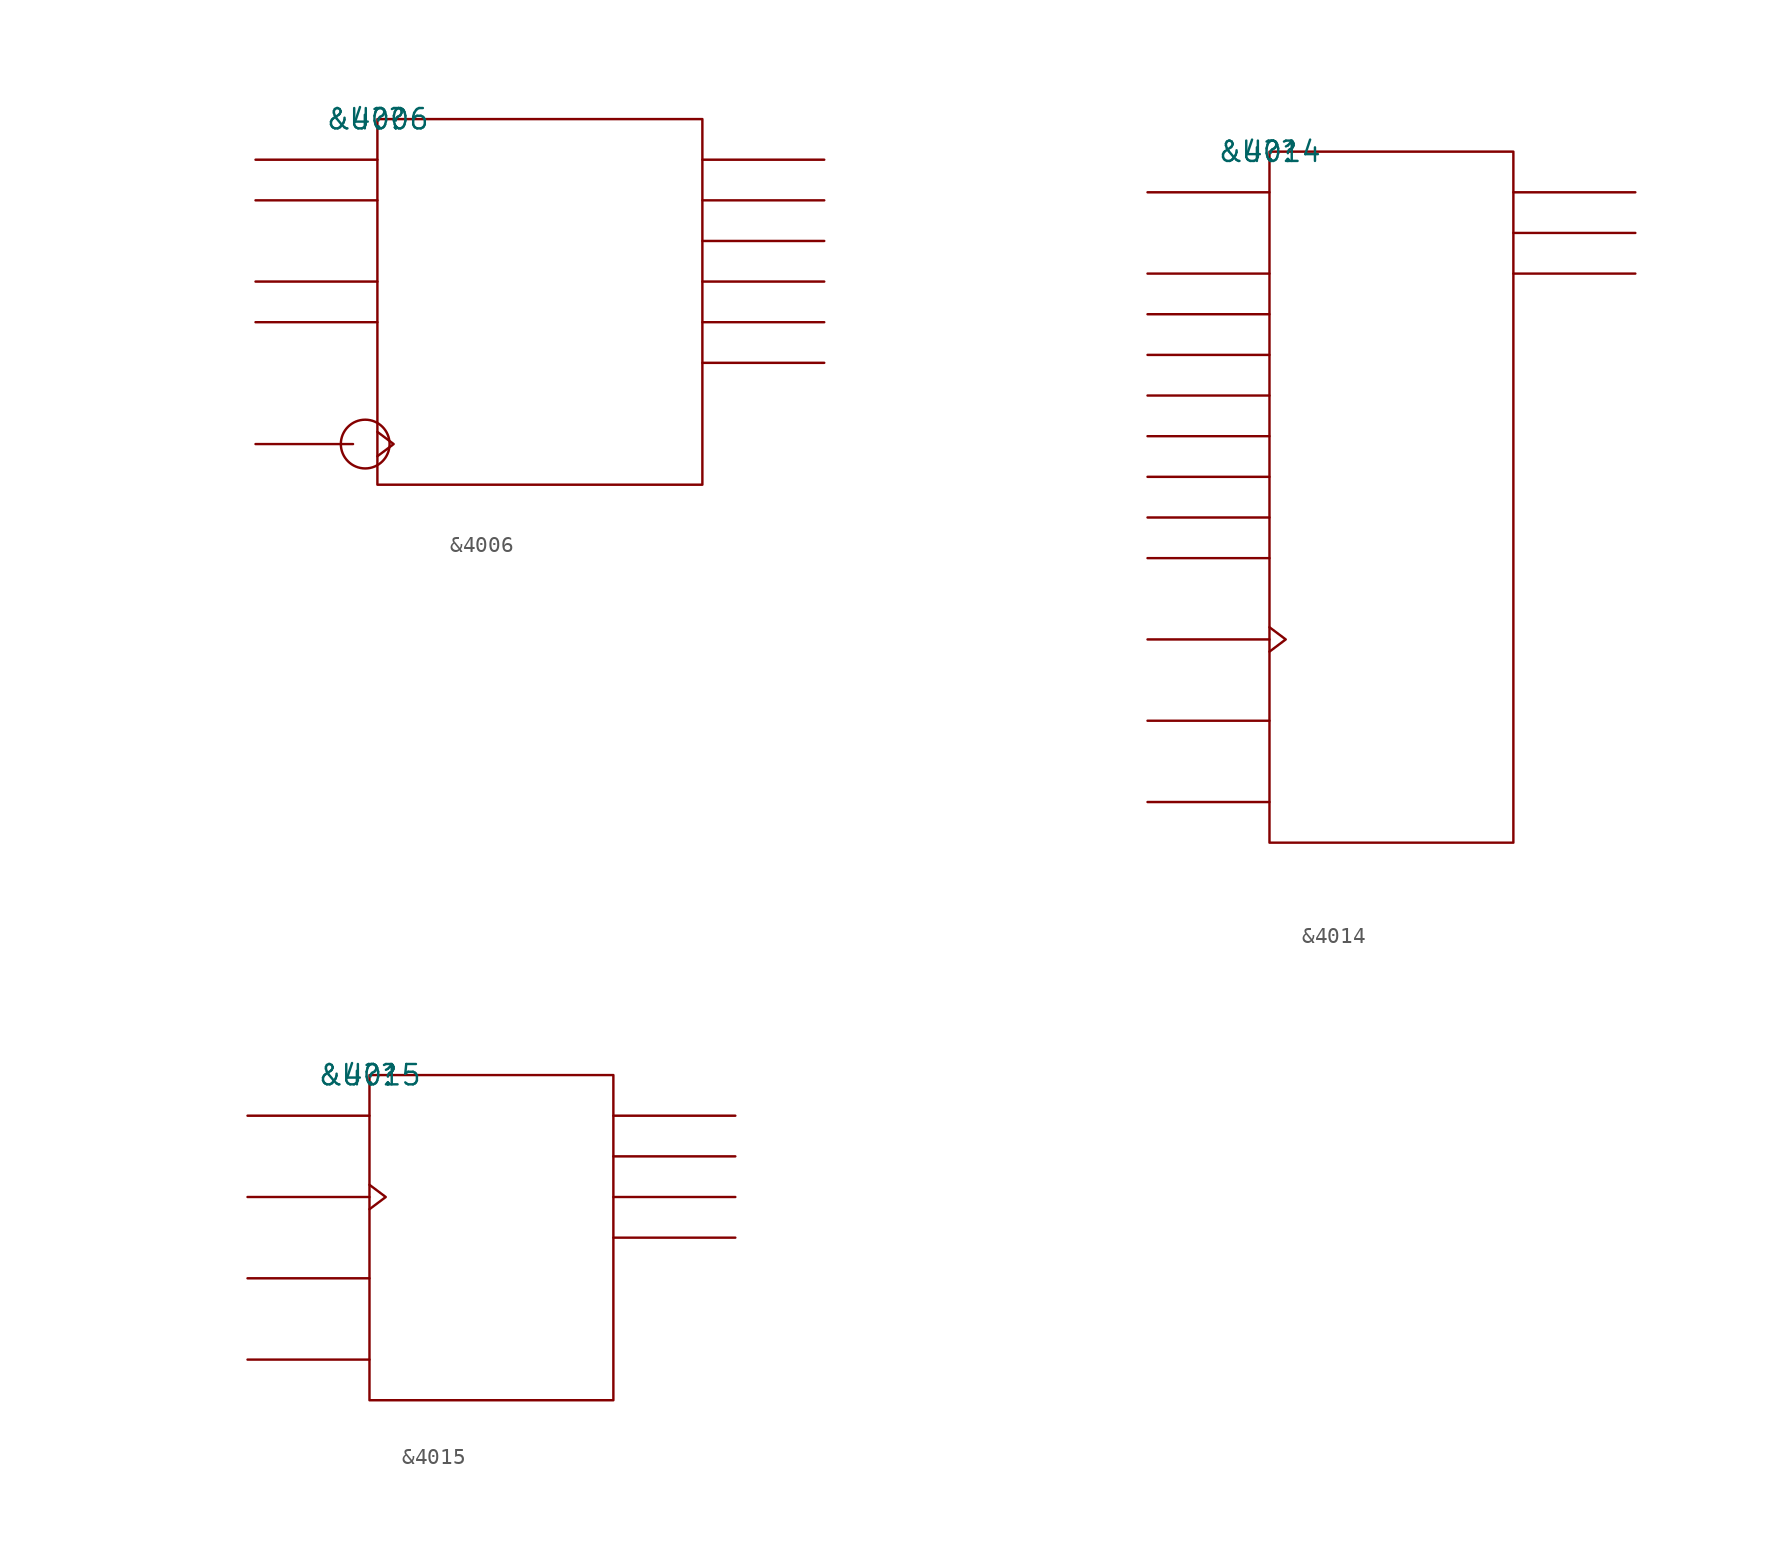
<source format=kicad_sym>
(kicad_symbol_lib
  (version 20211014)
  (generator kicad_symbol_editor)
  (symbol "&4006"
    (pin_names
      (offset 0.762))
    (property "Reference" "U?"
      (at 0 0 0)
      (effects (font (size 1.27 1.27))))
    (property "Value" "&4006"
      (at 0 0 0)
      (effects (font (size 1.27 1.27))))
    (symbol "&4006_0_1"
      (circle (center -0.762 -20.32) (radius 1.524) (stroke (width 0) (type default) (color 0 0 0 0)) (fill (type none)))
      (rectangle (start 0 -22.86) (end 20.32 0) (stroke (width 0) (type default) (color 0 0 0 0)) (fill (type none)))
      (polyline (pts (xy -1.524 -20.32) (xy -7.62 -20.32)) (stroke (width 0) (type default) (color 0 0 0 0)) (fill (type none)))
      (polyline (pts (xy 0 -12.7) (xy -7.62 -12.7)) (stroke (width 0) (type default) (color 0 0 0 0)) (fill (type none)))
      (polyline (pts (xy 0 -10.16) (xy -7.62 -10.16)) (stroke (width 0) (type default) (color 0 0 0 0)) (fill (type none)))
      (polyline (pts (xy 0 -5.08) (xy -7.62 -5.08)) (stroke (width 0) (type default) (color 0 0 0 0)) (fill (type none)))
      (polyline (pts (xy 0 -2.54) (xy -7.62 -2.54)) (stroke (width 0) (type default) (color 0 0 0 0)) (fill (type none)))
      (polyline (pts (xy 20.32 -15.24) (xy 27.94 -15.24)) (stroke (width 0) (type default) (color 0 0 0 0)) (fill (type none)))
      (polyline (pts (xy 20.32 -12.7) (xy 27.94 -12.7)) (stroke (width 0) (type default) (color 0 0 0 0)) (fill (type none)))
      (polyline (pts (xy 20.32 -10.16) (xy 27.94 -10.16)) (stroke (width 0) (type default) (color 0 0 0 0)) (fill (type none)))
      (polyline (pts (xy 20.32 -7.62) (xy 27.94 -7.62)) (stroke (width 0) (type default) (color 0 0 0 0)) (fill (type none)))
      (polyline (pts (xy 20.32 -5.08) (xy 27.94 -5.08)) (stroke (width 0) (type default) (color 0 0 0 0)) (fill (type none)))
      (polyline (pts (xy 20.32 -2.54) (xy 27.94 -2.54)) (stroke (width 0) (type default) (color 0 0 0 0)) (fill (type none)))
      (polyline (pts (xy 0 -19.558) (xy 1.016 -20.32) (xy 0 -21.082)) (stroke (width 0) (type default) (color 0 0 0 0)) (fill (type none))))
    (symbol "&4006_1_1"
      (pin unspecified line (at -7.62 -2.54 0) (length 7.62) hide (name "D1" (effects (font (size 1.245 1.245)))) (number "1" (effects (font (size 1.245 1.245)))))
      (pin unspecified line (at 27.94 -10.16 180) (length 7.62) hide (name "D3+4" (effects (font (size 1.245 1.245)))) (number "10" (effects (font (size 1.245 1.245)))))
      (pin unspecified line (at 27.94 -5.08 180) (length 7.62) hide (name "D2+4" (effects (font (size 1.245 1.245)))) (number "11" (effects (font (size 1.245 1.245)))))
      (pin unspecified line (at 27.94 -7.62 180) (length 7.62) hide (name "D2+5" (effects (font (size 1.245 1.245)))) (number "12" (effects (font (size 1.245 1.245)))))
      (pin unspecified line (at 27.94 -2.54 180) (length 7.62) hide (name "D1+4" (effects (font (size 1.245 1.245)))) (number "13" (effects (font (size 1.245 1.245)))))
      (pin power_in line (at 5.08 0 180) (length 7.62) hide (name "VCC" (effects (font (size 1.245 1.245)))) (number "14" (effects (font (size 1.245 1.245)))))
      (pin unspecified line (at -7.62 -20.32 180) (length 7.62) hide (name "CLK" (effects (font (size 1.245 1.245)))) (number "3" (effects (font (size 1.245 1.245)))))
      (pin unspecified line (at -7.62 -5.08 0) (length 7.62) hide (name "D2" (effects (font (size 1.245 1.245)))) (number "4" (effects (font (size 1.245 1.245)))))
      (pin unspecified line (at -7.62 -10.16 0) (length 7.62) hide (name "D3" (effects (font (size 1.245 1.245)))) (number "5" (effects (font (size 1.245 1.245)))))
      (pin unspecified line (at -7.62 -12.7 0) (length 7.62) hide (name "D4" (effects (font (size 1.245 1.245)))) (number "6" (effects (font (size 1.245 1.245)))))
      (pin power_in line (at 7.62 -22.86 180) (length 7.62) hide (name "GND" (effects (font (size 1.245 1.245)))) (number "7" (effects (font (size 1.245 1.245)))))
      (pin unspecified line (at 27.94 -12.7 180) (length 7.62) hide (name "D4+4" (effects (font (size 1.245 1.245)))) (number "8" (effects (font (size 1.245 1.245)))))
      (pin unspecified line (at 27.94 -15.24 180) (length 7.62) hide (name "D4+5" (effects (font (size 1.245 1.245)))) (number "9" (effects (font (size 1.245 1.245)))))))
  (symbol "&4014"
    (pin_names
      (offset 0.762))
    (property "Reference" "U?"
      (at 0 0 0)
      (effects (font (size 1.27 1.27))))
    (property "Value" "&4014"
      (at 0 0 0)
      (effects (font (size 1.27 1.27))))
    (symbol "&4014_0_1"
      (rectangle (start 0 -43.18) (end 15.24 0) (stroke (width 0) (type default) (color 0 0 0 0)) (fill (type none)))
      (polyline (pts (xy 0 -40.64) (xy -7.62 -40.64)) (stroke (width 0) (type default) (color 0 0 0 0)) (fill (type none)))
      (polyline (pts (xy 0 -35.56) (xy -7.62 -35.56)) (stroke (width 0) (type default) (color 0 0 0 0)) (fill (type none)))
      (polyline (pts (xy 0 -30.48) (xy -7.62 -30.48)) (stroke (width 0) (type default) (color 0 0 0 0)) (fill (type none)))
      (polyline (pts (xy 0 -25.4) (xy -7.62 -25.4)) (stroke (width 0) (type default) (color 0 0 0 0)) (fill (type none)))
      (polyline (pts (xy 0 -22.86) (xy -7.62 -22.86)) (stroke (width 0) (type default) (color 0 0 0 0)) (fill (type none)))
      (polyline (pts (xy 0 -20.32) (xy -7.62 -20.32)) (stroke (width 0) (type default) (color 0 0 0 0)) (fill (type none)))
      (polyline (pts (xy 0 -17.78) (xy -7.62 -17.78)) (stroke (width 0) (type default) (color 0 0 0 0)) (fill (type none)))
      (polyline (pts (xy 0 -15.24) (xy -7.62 -15.24)) (stroke (width 0) (type default) (color 0 0 0 0)) (fill (type none)))
      (polyline (pts (xy 0 -12.7) (xy -7.62 -12.7)) (stroke (width 0) (type default) (color 0 0 0 0)) (fill (type none)))
      (polyline (pts (xy 0 -10.16) (xy -7.62 -10.16)) (stroke (width 0) (type default) (color 0 0 0 0)) (fill (type none)))
      (polyline (pts (xy 0 -7.62) (xy -7.62 -7.62)) (stroke (width 0) (type default) (color 0 0 0 0)) (fill (type none)))
      (polyline (pts (xy 0 -2.54) (xy -7.62 -2.54)) (stroke (width 0) (type default) (color 0 0 0 0)) (fill (type none)))
      (polyline (pts (xy 15.24 -7.62) (xy 22.86 -7.62)) (stroke (width 0) (type default) (color 0 0 0 0)) (fill (type none)))
      (polyline (pts (xy 15.24 -5.08) (xy 22.86 -5.08)) (stroke (width 0) (type default) (color 0 0 0 0)) (fill (type none)))
      (polyline (pts (xy 15.24 -2.54) (xy 22.86 -2.54)) (stroke (width 0) (type default) (color 0 0 0 0)) (fill (type none)))
      (polyline (pts (xy 0 -29.718) (xy 1.016 -30.48) (xy 0 -31.242)) (stroke (width 0) (type default) (color 0 0 0 0)) (fill (type none))))
    (symbol "&4014_1_1"
      (pin unspecified line (at -7.62 -25.4 0) (length 7.62) hide (name "H" (effects (font (size 1.245 1.245)))) (number "1" (effects (font (size 1.245 1.245)))))
      (pin unspecified line (at -7.62 -30.48 180) (length 7.62) hide (name "CLK" (effects (font (size 1.245 1.245)))) (number "10" (effects (font (size 1.245 1.245)))))
      (pin unspecified line (at -7.62 -2.54 0) (length 7.62) hide (name "SER" (effects (font (size 1.245 1.245)))) (number "11" (effects (font (size 1.245 1.245)))))
      (pin unspecified line (at 22.86 -5.08 180) (length 7.62) hide (name "QG" (effects (font (size 1.245 1.245)))) (number "12" (effects (font (size 1.245 1.245)))))
      (pin unspecified line (at -7.62 -17.78 0) (length 7.62) hide (name "E" (effects (font (size 1.245 1.245)))) (number "13" (effects (font (size 1.245 1.245)))))
      (pin unspecified line (at -7.62 -20.32 0) (length 7.62) hide (name "F" (effects (font (size 1.245 1.245)))) (number "14" (effects (font (size 1.245 1.245)))))
      (pin unspecified line (at -7.62 -22.86 0) (length 7.62) hide (name "G" (effects (font (size 1.245 1.245)))) (number "15" (effects (font (size 1.245 1.245)))))
      (pin power_in line (at -7.62 -40.64 0) (length 7.62) hide (name "VCC" (effects (font (size 1.245 1.245)))) (number "16" (effects (font (size 1.245 1.245)))))
      (pin unspecified line (at 22.86 -2.54 180) (length 7.62) hide (name "QF" (effects (font (size 1.245 1.245)))) (number "2" (effects (font (size 1.245 1.245)))))
      (pin unspecified line (at 22.86 -7.62 180) (length 7.62) hide (name "QH" (effects (font (size 1.245 1.245)))) (number "3" (effects (font (size 1.245 1.245)))))
      (pin unspecified line (at -7.62 -15.24 0) (length 7.62) hide (name "D" (effects (font (size 1.245 1.245)))) (number "4" (effects (font (size 1.245 1.245)))))
      (pin unspecified line (at -7.62 -12.7 0) (length 7.62) hide (name "C" (effects (font (size 1.245 1.245)))) (number "5" (effects (font (size 1.245 1.245)))))
      (pin unspecified line (at -7.62 -10.16 0) (length 7.62) hide (name "B" (effects (font (size 1.245 1.245)))) (number "6" (effects (font (size 1.245 1.245)))))
      (pin unspecified line (at -7.62 -7.62 0) (length 7.62) hide (name "A" (effects (font (size 1.245 1.245)))) (number "7" (effects (font (size 1.245 1.245)))))
      (pin power_in line (at 7.62 -43.18 0) (length 7.62) hide (name "GND" (effects (font (size 1.245 1.245)))) (number "8" (effects (font (size 1.245 1.245)))))
      (pin unspecified line (at -7.62 -35.56 0) (length 7.62) hide (name "P/S\\" (effects (font (size 1.245 1.245)))) (number "9" (effects (font (size 1.245 1.245)))))))
  (symbol "&4015"
    (pin_names
      (offset 0.762))
    (property "Reference" "U?"
      (at 0 0 0)
      (effects (font (size 1.27 1.27))))
    (property "Value" "&4015"
      (at 0 0 0)
      (effects (font (size 1.27 1.27))))
    (symbol "&4015_0_1"
      (rectangle (start 0 -20.32) (end 15.24 0) (stroke (width 0) (type default) (color 0 0 0 0)) (fill (type none)))
      (polyline (pts (xy 0 -17.78) (xy -7.62 -17.78)) (stroke (width 0) (type default) (color 0 0 0 0)) (fill (type none)))
      (polyline (pts (xy 0 -12.7) (xy -7.62 -12.7)) (stroke (width 0) (type default) (color 0 0 0 0)) (fill (type none)))
      (polyline (pts (xy 0 -7.62) (xy -7.62 -7.62)) (stroke (width 0) (type default) (color 0 0 0 0)) (fill (type none)))
      (polyline (pts (xy 0 -2.54) (xy -7.62 -2.54)) (stroke (width 0) (type default) (color 0 0 0 0)) (fill (type none)))
      (polyline (pts (xy 15.24 -10.16) (xy 22.86 -10.16)) (stroke (width 0) (type default) (color 0 0 0 0)) (fill (type none)))
      (polyline (pts (xy 15.24 -7.62) (xy 22.86 -7.62)) (stroke (width 0) (type default) (color 0 0 0 0)) (fill (type none)))
      (polyline (pts (xy 15.24 -5.08) (xy 22.86 -5.08)) (stroke (width 0) (type default) (color 0 0 0 0)) (fill (type none)))
      (polyline (pts (xy 15.24 -2.54) (xy 22.86 -2.54)) (stroke (width 0) (type default) (color 0 0 0 0)) (fill (type none)))
      (polyline (pts (xy 0 -6.858) (xy 1.016 -7.62) (xy 0 -8.382)) (stroke (width 0) (type default) (color 0 0 0 0)) (fill (type none))))
    (symbol "&4015_1_1"
      (pin unspecified line (at -7.62 -7.62 180) (length 7.62) hide (name "CLK" (effects (font (size 1.245 1.245)))) (number "1" (effects (font (size 1.245 1.245)))))
      (pin unspecified line (at 22.86 -7.62 180) (length 7.62) hide (name "QC" (effects (font (size 1.245 1.245)))) (number "11" (effects (font (size 1.245 1.245)))))
      (pin unspecified line (at 22.86 -5.08 180) (length 7.62) hide (name "QB" (effects (font (size 1.245 1.245)))) (number "12" (effects (font (size 1.245 1.245)))))
      (pin unspecified line (at 22.86 -2.54 180) (length 7.62) hide (name "QA" (effects (font (size 1.245 1.245)))) (number "13" (effects (font (size 1.245 1.245)))))
      (pin unspecified line (at -7.62 -12.7 0) (length 7.62) hide (name "RST" (effects (font (size 1.245 1.245)))) (number "14" (effects (font (size 1.245 1.245)))))
      (pin unspecified line (at -7.62 -2.54 0) (length 7.62) hide (name "D" (effects (font (size 1.245 1.245)))) (number "15" (effects (font (size 1.245 1.245)))))
      (pin power_in line (at -7.62 -17.78 0) (length 7.62) hide (name "VCC" (effects (font (size 1.245 1.245)))) (number "16" (effects (font (size 1.245 1.245)))))
      (pin unspecified line (at 22.86 -10.16 180) (length 7.62) hide (name "QD" (effects (font (size 1.245 1.245)))) (number "2" (effects (font (size 1.245 1.245)))))
      (pin power_in line (at 7.62 -20.32 0) (length 7.62) hide (name "GND" (effects (font (size 1.245 1.245)))) (number "8" (effects (font (size 1.245 1.245))))))))
</source>
